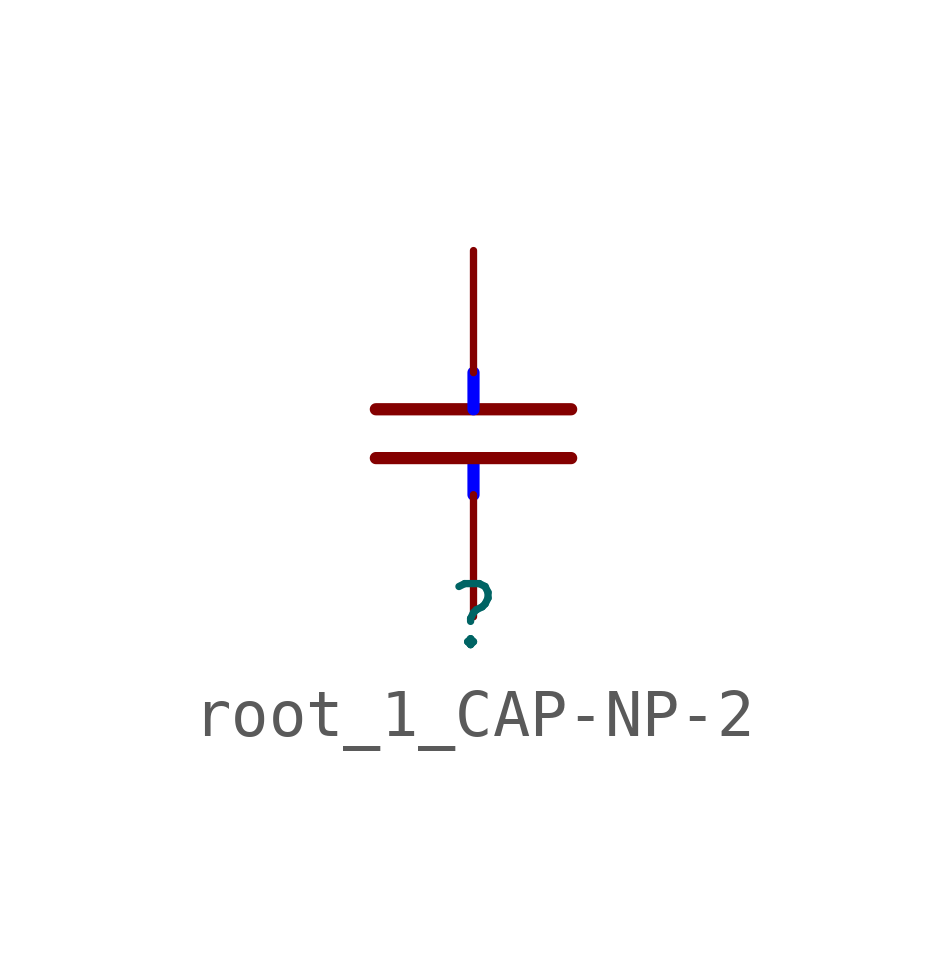
<source format=kicad_sym>
(kicad_symbol_lib
  (version 20220914)
  (generator kicad_symbol_editor)
  (symbol "root_1_CAP-NP-2"
    (property "Reference" ""
      (at 0 0 0)
      (effects (font (size 1.27 1.27))))
    (property "Value" ""
      (at 0 0 0)
      (effects (font (size 1.27 1.27))))
    (symbol "root_1_CAP-NP-2_1_0"
      (polyline (pts (xy -2.032 4.318) (xy 2.032 4.318)) (stroke (width 0.254) (type solid)) (fill (type none)))
      (polyline (pts (xy 0 2.54) (xy 0 3.302)) (stroke (width 0.254) (type solid) (color 0 0 255 1)) (fill (type none)))
      (polyline (pts (xy 0 5.08) (xy 0 4.318)) (stroke (width 0.254) (type solid) (color 0 0 255 1)) (fill (type none)))
      (polyline (pts (xy 2.032 3.302) (xy -2.032 3.302)) (stroke (width 0.254) (type solid)) (fill (type none)))
      (pin passive line (at 0 0 90) (length 2.54) (name "1" (effects (font (size 0 0)))) (number "1" (effects (font (size 0 0)))))
      (pin passive line (at 0 7.62 270) (length 2.54) (name "2" (effects (font (size 0 0)))) (number "2" (effects (font (size 0 0))))))))
</source>
